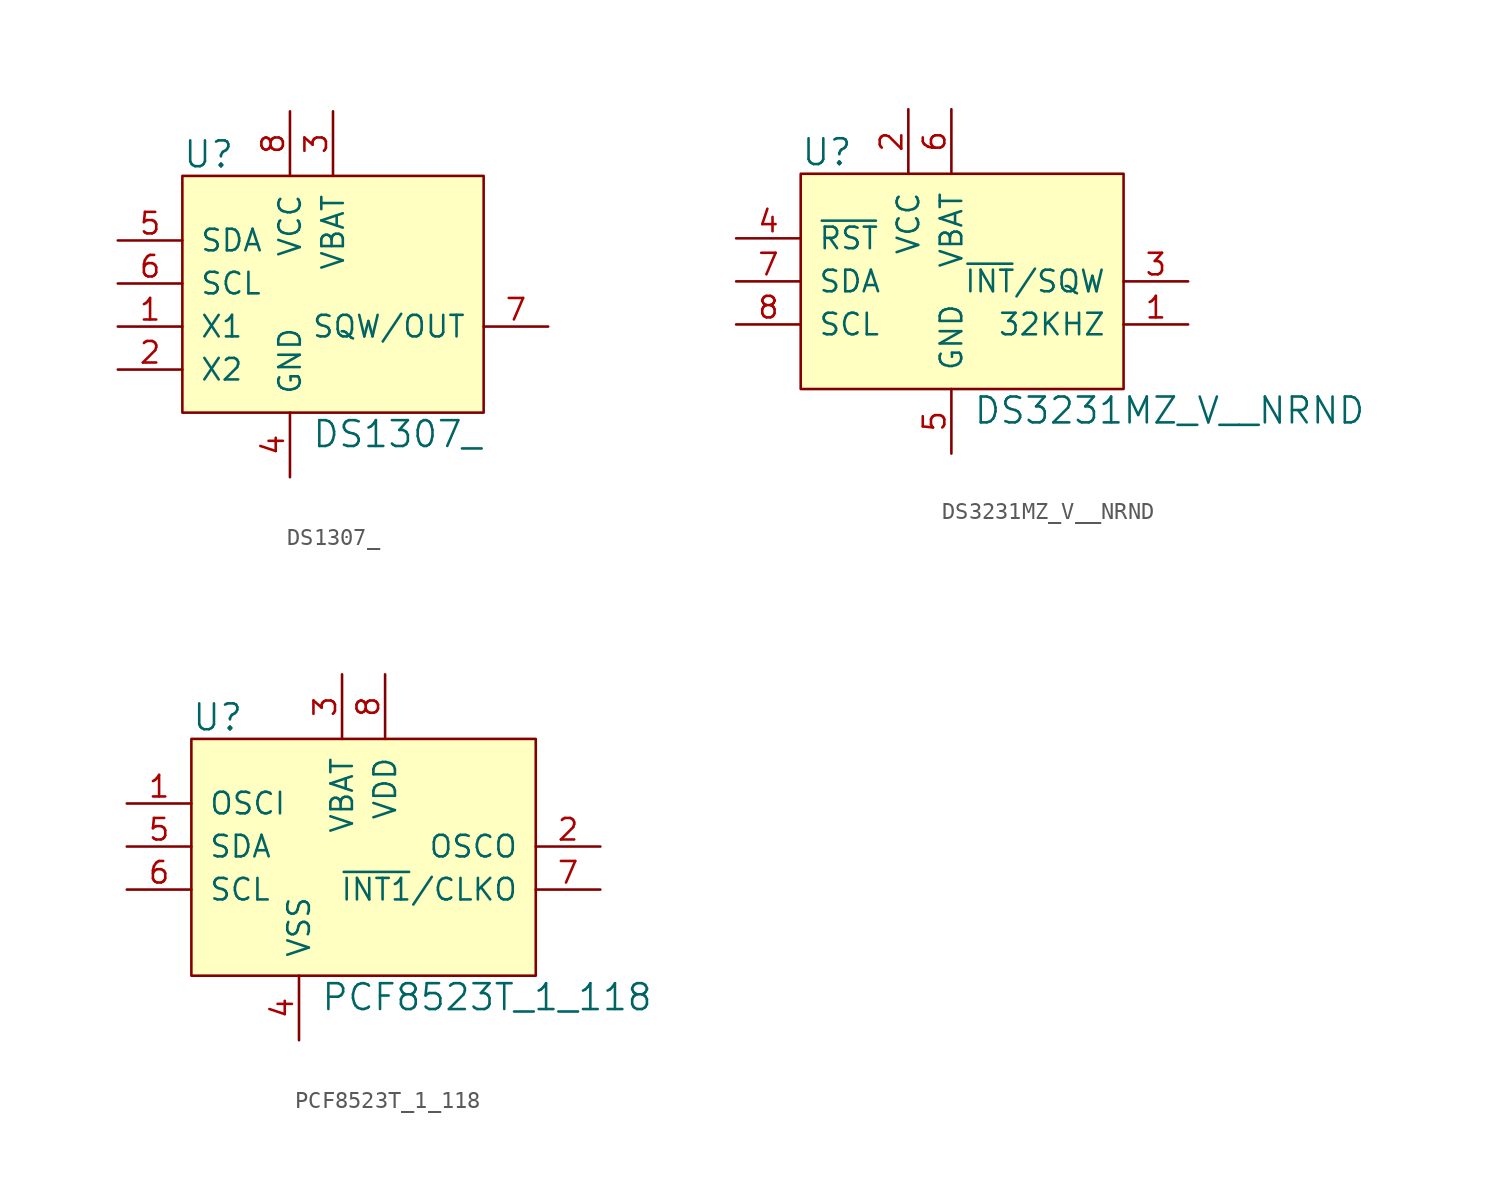
<source format=kicad_sym>
(kicad_symbol_lib
  (version 20220914)
  (generator kicad_symbol_editor)
  (symbol "DS1307_"
    (pin_names
      (offset 1.016))
    (property "Reference" "U"
      (at -8.89 7.62 0)
      (effects (font (size 1.524 1.524)) (justify left)))
    (property "Value" "DS1307_"
      (at -1.27 -8.89 0)
      (effects (font (size 1.524 1.524)) (justify left)))
    (symbol "DS1307__0_1"
      (rectangle (start -8.89 6.35) (end 8.89 -7.62) (stroke (width 0) (type default)) (fill (type background))))
    (symbol "DS1307__1_1"
      (pin passive line (at -12.7 -2.54 0) (length 3.81) (name "X1" (effects (font (size 1.27 1.27)))) (number "1" (effects (font (size 1.27 1.27)))))
      (pin passive line (at -12.7 -5.08 0) (length 3.81) (name "X2" (effects (font (size 1.27 1.27)))) (number "2" (effects (font (size 1.27 1.27)))))
      (pin power_in line (at 0 10.16 270) (length 3.81) (name "VBAT" (effects (font (size 1.27 1.27)))) (number "3" (effects (font (size 1.27 1.27)))))
      (pin power_in line (at -2.54 -11.43 90) (length 3.81) (name "GND" (effects (font (size 1.27 1.27)))) (number "4" (effects (font (size 1.27 1.27)))))
      (pin bidirectional line (at -12.7 2.54 0) (length 3.81) (name "SDA" (effects (font (size 1.27 1.27)))) (number "5" (effects (font (size 1.27 1.27)))))
      (pin input line (at -12.7 0 0) (length 3.81) (name "SCL" (effects (font (size 1.27 1.27)))) (number "6" (effects (font (size 1.27 1.27)))))
      (pin output line (at 12.7 -2.54 180) (length 3.81) (name "SQW/OUT" (effects (font (size 1.27 1.27)))) (number "7" (effects (font (size 1.27 1.27)))))
      (pin power_in line (at -2.54 10.16 270) (length 3.81) (name "VCC" (effects (font (size 1.27 1.27)))) (number "8" (effects (font (size 1.27 1.27)))))))
  (symbol "DS3231MZ_V__NRND"
    (pin_names
      (offset 1.016))
    (property "Reference" "U"
      (at -8.89 7.62 0)
      (effects (font (size 1.524 1.524)) (justify left)))
    (property "Value" "DS3231MZ_V__NRND"
      (at 1.27 -7.62 0)
      (effects (font (size 1.524 1.524)) (justify left)))
    (symbol "DS3231MZ_V__NRND_0_1"
      (rectangle (start -8.89 6.35) (end 10.16 -6.35) (stroke (width 0) (type default)) (fill (type background))))
    (symbol "DS3231MZ_V__NRND_1_1"
      (pin output line (at 13.97 -2.54 180) (length 3.81) (name "32KHZ" (effects (font (size 1.27 1.27)))) (number "1" (effects (font (size 1.27 1.27)))))
      (pin power_in line (at -2.54 10.16 270) (length 3.81) (name "VCC" (effects (font (size 1.27 1.27)))) (number "2" (effects (font (size 1.27 1.27)))))
      (pin output line (at 13.97 0 180) (length 3.81) (name "~{INT}/SQW" (effects (font (size 1.27 1.27)))) (number "3" (effects (font (size 1.27 1.27)))))
      (pin input line (at -12.7 2.54 0) (length 3.81) (name "~{RST}" (effects (font (size 1.27 1.27)))) (number "4" (effects (font (size 1.27 1.27)))))
      (pin power_in line (at 0 -10.16 90) (length 3.81) (name "GND" (effects (font (size 1.27 1.27)))) (number "5" (effects (font (size 1.27 1.27)))))
      (pin power_in line (at 0 10.16 270) (length 3.81) (name "VBAT" (effects (font (size 1.27 1.27)))) (number "6" (effects (font (size 1.27 1.27)))))
      (pin bidirectional line (at -12.7 0 0) (length 3.81) (name "SDA" (effects (font (size 1.27 1.27)))) (number "7" (effects (font (size 1.27 1.27)))))
      (pin input line (at -12.7 -2.54 0) (length 3.81) (name "SCL" (effects (font (size 1.27 1.27)))) (number "8" (effects (font (size 1.27 1.27)))))))
  (symbol "PCF8523T_1_118"
    (pin_names
      (offset 1.016))
    (property "Reference" "U"
      (at -8.89 7.62 0)
      (effects (font (size 1.524 1.524)) (justify left)))
    (property "Value" "PCF8523T_1_118"
      (at -1.27 -8.89 0)
      (effects (font (size 1.524 1.524)) (justify left)))
    (symbol "PCF8523T_1_118_0_1"
      (rectangle (start -8.89 6.35) (end 11.43 -7.62) (stroke (width 0) (type default)) (fill (type background))))
    (symbol "PCF8523T_1_118_1_1"
      (pin input line (at -12.7 2.54 0) (length 3.81) (name "OSCI" (effects (font (size 1.27 1.27)))) (number "1" (effects (font (size 1.27 1.27)))))
      (pin output line (at 15.24 0 180) (length 3.81) (name "OSCO" (effects (font (size 1.27 1.27)))) (number "2" (effects (font (size 1.27 1.27)))))
      (pin power_in line (at 0 10.16 270) (length 3.81) (name "VBAT" (effects (font (size 1.27 1.27)))) (number "3" (effects (font (size 1.27 1.27)))))
      (pin power_in line (at -2.54 -11.43 90) (length 3.81) (name "VSS" (effects (font (size 1.27 1.27)))) (number "4" (effects (font (size 1.27 1.27)))))
      (pin bidirectional line (at -12.7 0 0) (length 3.81) (name "SDA" (effects (font (size 1.27 1.27)))) (number "5" (effects (font (size 1.27 1.27)))))
      (pin input line (at -12.7 -2.54 0) (length 3.81) (name "SCL" (effects (font (size 1.27 1.27)))) (number "6" (effects (font (size 1.27 1.27)))))
      (pin output line (at 15.24 -2.54 180) (length 3.81) (name "~{INT1}/CLKO" (effects (font (size 1.27 1.27)))) (number "7" (effects (font (size 1.27 1.27)))))
      (pin power_in line (at 2.54 10.16 270) (length 3.81) (name "VDD" (effects (font (size 1.27 1.27)))) (number "8" (effects (font (size 1.27 1.27))))))))
</source>
